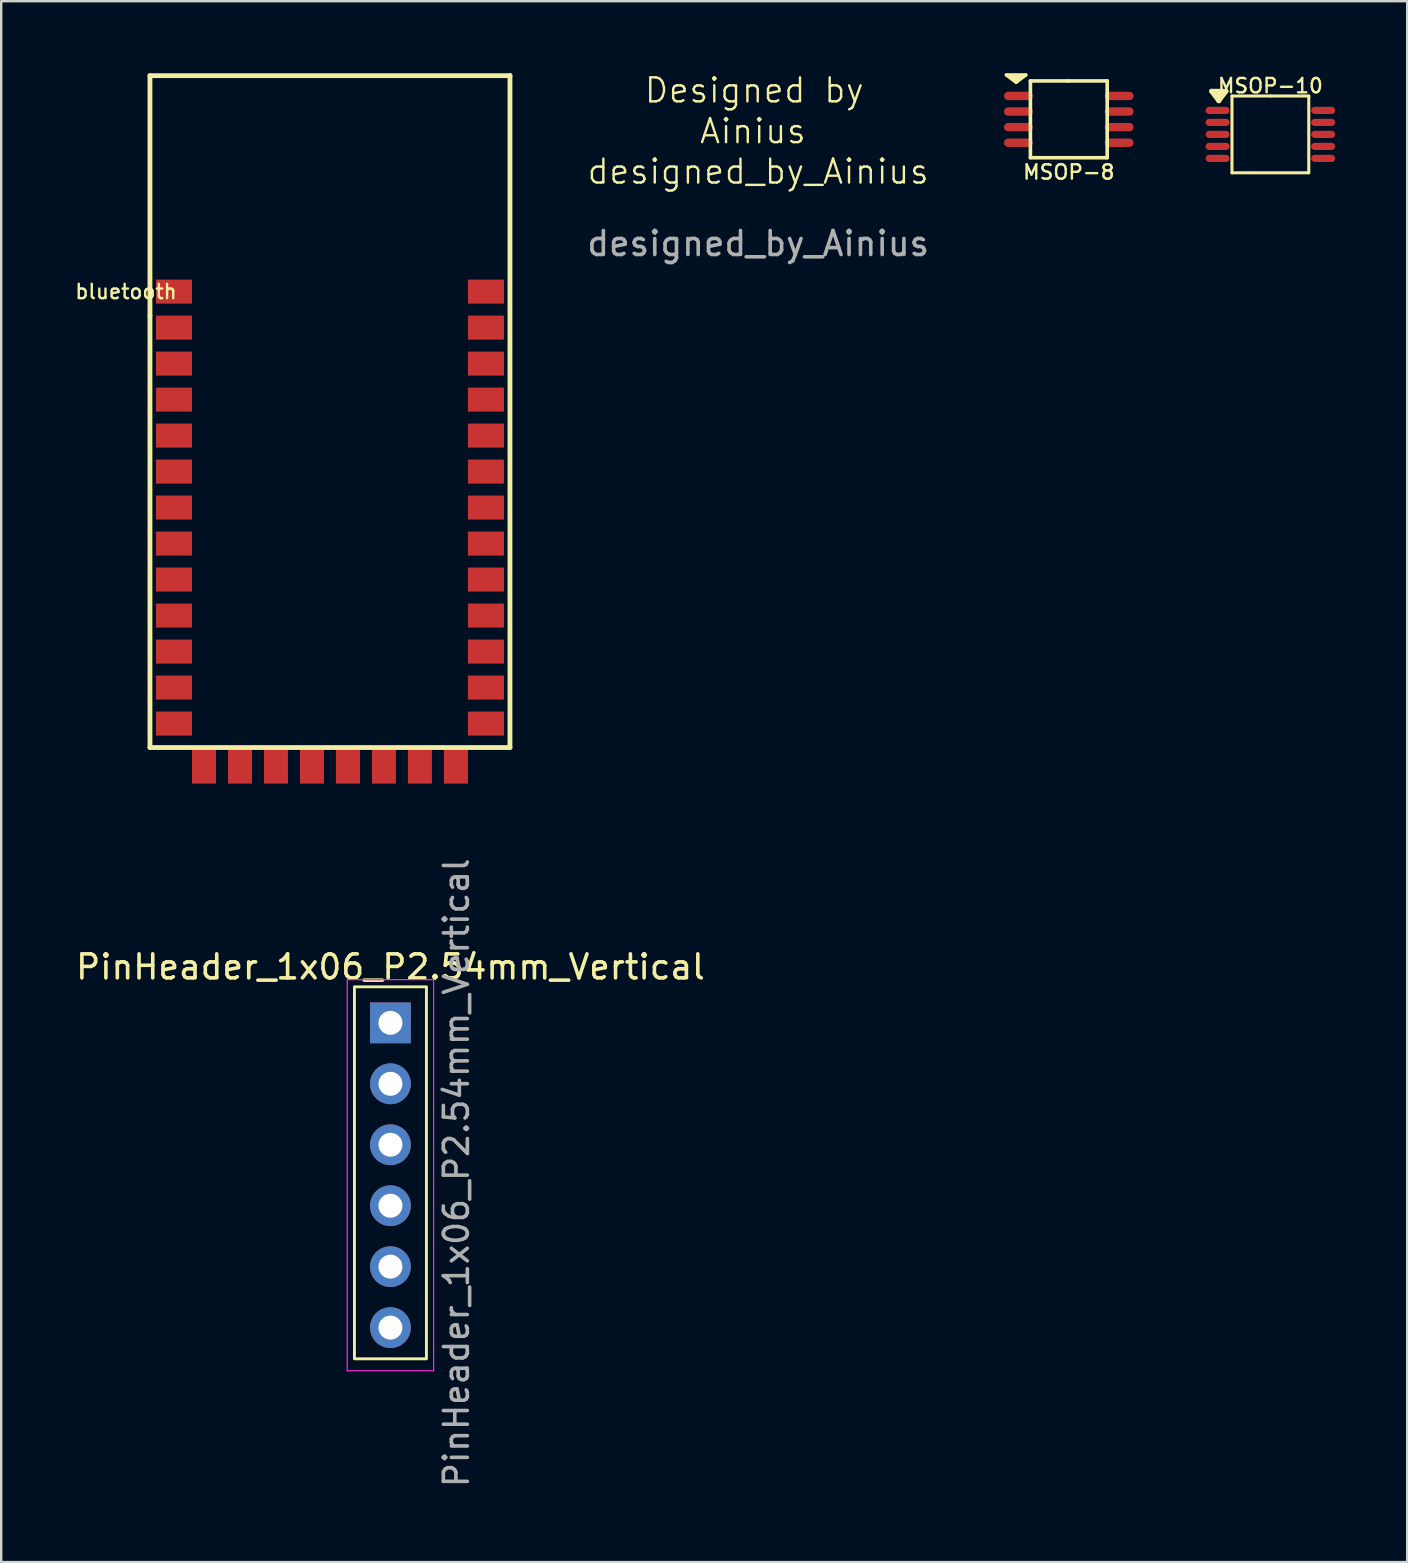
<source format=kicad_pcb>
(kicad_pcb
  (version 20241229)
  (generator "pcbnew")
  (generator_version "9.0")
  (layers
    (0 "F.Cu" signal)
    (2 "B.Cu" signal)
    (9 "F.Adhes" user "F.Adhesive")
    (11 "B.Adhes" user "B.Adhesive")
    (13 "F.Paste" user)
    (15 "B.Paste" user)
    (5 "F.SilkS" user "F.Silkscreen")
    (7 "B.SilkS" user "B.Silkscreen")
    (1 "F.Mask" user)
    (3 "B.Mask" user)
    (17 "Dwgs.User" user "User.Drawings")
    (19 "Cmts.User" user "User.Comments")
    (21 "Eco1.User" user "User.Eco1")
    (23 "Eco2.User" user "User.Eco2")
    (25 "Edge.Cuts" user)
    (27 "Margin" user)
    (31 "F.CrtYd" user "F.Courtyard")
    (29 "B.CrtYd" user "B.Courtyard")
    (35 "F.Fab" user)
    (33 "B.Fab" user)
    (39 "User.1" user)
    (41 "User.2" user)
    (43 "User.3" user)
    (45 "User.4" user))
  (footprint "bluetooth"
    (layer "F.Cu")
    (at 10.7 9.102)
    (property "Reference" "bluetooth" (at -8.499 0 0) (layer "F.SilkS") (effects (font (size 0.599 0.599) (thickness 0.099))))
    (attr through_hole)
    (fp_line (start -7.501 -8.999) (end 7.501 -8.999) (stroke (width 0.201) (type solid)) (layer "F.SilkS"))
    (fp_line (start -7.501 1.001) (end -7.501 -8.999) (stroke (width 0.201) (type solid)) (layer "F.SilkS"))
    (fp_line (start -7.501 18.999) (end -7.501 0.998) (stroke (width 0.201) (type solid)) (layer "F.SilkS"))
    (fp_line (start 7.501 -9.002) (end 7.501 18.999) (stroke (width 0.201) (type solid)) (layer "F.SilkS"))
    (fp_line (start 7.501 18.999) (end -7.501 18.999) (stroke (width 0.201) (type solid)) (layer "F.SilkS"))
    (pad "1" smd rect (at -6.5 0) (size 1.501 1.001) (layers "F.Cu" "F.Mask" "F.Paste"))
    (pad "2" smd rect (at -6.5 1.501) (size 1.501 1.001) (layers "F.Cu" "F.Mask" "F.Paste"))
    (pad "3" smd rect (at -6.5 3) (size 1.501 1.001) (layers "F.Cu" "F.Mask" "F.Paste"))
    (pad "4" smd rect (at -6.5 4.501) (size 1.501 1.001) (layers "F.Cu" "F.Mask" "F.Paste"))
    (pad "5" smd rect (at -6.5 5.999) (size 1.501 1.001) (layers "F.Cu" "F.Mask" "F.Paste"))
    (pad "6" smd rect (at -6.5 7.501) (size 1.501 1.001) (layers "F.Cu" "F.Mask" "F.Paste"))
    (pad "7" smd rect (at -6.5 8.999) (size 1.501 1.001) (layers "F.Cu" "F.Mask" "F.Paste"))
    (pad "8" smd rect (at -6.5 10.5) (size 1.501 1.001) (layers "F.Cu" "F.Mask" "F.Paste"))
    (pad "9" smd rect (at -6.5 11.999) (size 1.501 1.001) (layers "F.Cu" "F.Mask" "F.Paste"))
    (pad "10" smd rect (at -6.5 13.5) (size 1.501 1.001) (layers "F.Cu" "F.Mask" "F.Paste"))
    (pad "11" smd rect (at -6.5 15.001) (size 1.501 1.001) (layers "F.Cu" "F.Mask" "F.Paste"))
    (pad "12" smd rect (at -6.5 16.5) (size 1.501 1.001) (layers "F.Cu" "F.Mask" "F.Paste"))
    (pad "13" smd rect (at -6.5 18.001) (size 1.501 1.001) (layers "F.Cu" "F.Mask" "F.Paste"))
    (pad "14" smd rect (at -5.25 19.751) (size 1.001 1.501) (layers "F.Cu" "F.Mask" "F.Paste"))
    (pad "15" smd rect (at -3.749 19.751) (size 1.001 1.501) (layers "F.Cu" "F.Mask" "F.Paste"))
    (pad "16" smd rect (at -2.25 19.751) (size 1.001 1.501) (layers "F.Cu" "F.Mask" "F.Paste"))
    (pad "17" smd rect (at -0.749 19.751) (size 1.001 1.501) (layers "F.Cu" "F.Mask" "F.Paste"))
    (pad "18" smd rect (at 0.749 19.751) (size 1.001 1.501) (layers "F.Cu" "F.Mask" "F.Paste"))
    (pad "19" smd rect (at 2.25 19.751) (size 1.001 1.501) (layers "F.Cu" "F.Mask" "F.Paste"))
    (pad "20" smd rect (at 3.749 19.751) (size 1.001 1.501) (layers "F.Cu" "F.Mask" "F.Paste"))
    (pad "21" smd rect (at 5.25 19.751) (size 1.001 1.501) (layers "F.Cu" "F.Mask" "F.Paste"))
    (pad "22" smd rect (at 6.5 18.001) (size 1.501 1.001) (layers "F.Cu" "F.Mask" "F.Paste"))
    (pad "23" smd rect (at 6.5 16.5) (size 1.501 1.001) (layers "F.Cu" "F.Mask" "F.Paste"))
    (pad "24" smd rect (at 6.5 15.001) (size 1.501 1.001) (layers "F.Cu" "F.Mask" "F.Paste"))
    (pad "25" smd rect (at 6.5 13.5) (size 1.501 1.001) (layers "F.Cu" "F.Mask" "F.Paste"))
    (pad "26" smd rect (at 6.5 11.999) (size 1.501 1.001) (layers "F.Cu" "F.Mask" "F.Paste"))
    (pad "27" smd rect (at 6.5 10.5) (size 1.501 1.001) (layers "F.Cu" "F.Mask" "F.Paste"))
    (pad "28" smd rect (at 6.5 8.999) (size 1.501 1.001) (layers "F.Cu" "F.Mask" "F.Paste"))
    (pad "29" smd rect (at 6.5 7.501) (size 1.501 1.001) (layers "F.Cu" "F.Mask" "F.Paste"))
    (pad "30" smd rect (at 6.5 5.999) (size 1.501 1.001) (layers "F.Cu" "F.Mask" "F.Paste"))
    (pad "31" smd rect (at 6.5 4.501) (size 1.501 1.001) (layers "F.Cu" "F.Mask" "F.Paste"))
    (pad "32" smd rect (at 6.5 3) (size 1.501 1.001) (layers "F.Cu" "F.Mask" "F.Paste"))
    (pad "33" smd rect (at 6.5 1.501) (size 1.501 1.001) (layers "F.Cu" "F.Mask" "F.Paste"))
    (pad "34" smd rect (at 6.5 0) (size 1.501 1.001) (layers "F.Cu" "F.Mask" "F.Paste")))
  (footprint "designed_by_Ainius"
    (layer "F.Cu")
    (at 28.545 4.6)
    (property "Reference" "designed_by_Ainius" (at 0 -0.5 0) (unlocked yes) (layer "F.SilkS") (effects (font (size 1 1) (thickness 0.1))))
    (attr smd)
    (fp_text user "Designed by" (at -4.8 -3.3 0) (unlocked yes) (layer "F.SilkS") (effects (font (size 1 1) (thickness 0.1)) (justify left bottom)))
    (fp_text user "Ainius" (at -2.5 -1.6 0) (unlocked yes) (layer "F.SilkS") (effects (font (size 1 1) (thickness 0.1)) (justify left bottom)))
    (fp_text user "${REFERENCE}" (at 0 2.5 0) (unlocked yes) (layer "F.Fab") (effects (font (size 1 1) (thickness 0.15)))))
  (footprint "MSOP-10"
    (layer "F.Cu")
    (at 49.889 2.551)
    (property "Reference" "MSOP-10" (at 0 -2.027 0) (layer "F.SilkS") (effects (font (size 0.599 0.599) (thickness 0.099))))
    (attr smd)
    (fp_line (start -2.451 -1.801) (end -2.149 -1.4) (stroke (width 0.201) (type solid)) (layer "F.SilkS"))
    (fp_line (start -2.149 -1.699) (end -2.149 -1.6) (stroke (width 0.201) (type solid)) (layer "F.SilkS"))
    (fp_line (start -2.149 -1.4) (end -1.849 -1.801) (stroke (width 0.201) (type solid)) (layer "F.SilkS"))
    (fp_line (start -1.849 -1.801) (end -2.451 -1.801) (stroke (width 0.201) (type solid)) (layer "F.SilkS"))
    (fp_line (start -1.6 -1.6) (end -1.6 1.6) (stroke (width 0.127) (type solid)) (layer "F.SilkS"))
    (fp_line (start -1.6 1.6) (end 1.6 1.6) (stroke (width 0.127) (type solid)) (layer "F.SilkS"))
    (fp_line (start 0 -1.6) (end -1.6 -1.6) (stroke (width 0.127) (type solid)) (layer "F.SilkS"))
    (fp_line (start 1.6 -1.6) (end 0 -1.6) (stroke (width 0.127) (type solid)) (layer "F.SilkS"))
    (fp_line (start 1.6 1.6) (end 1.6 -1.6) (stroke (width 0.127) (type solid)) (layer "F.SilkS"))
    (pad "1" smd oval (at -2.2 -1 270) (size 0.3 1) (layers "F.Cu" "F.Mask" "F.Paste"))
    (pad "2" smd oval (at -2.2 -0.5 270) (size 0.3 1) (layers "F.Cu" "F.Mask" "F.Paste"))
    (pad "3" smd oval (at -2.2 0 270) (size 0.3 1) (layers "F.Cu" "F.Mask" "F.Paste"))
    (pad "4" smd oval (at -2.2 0.5 270) (size 0.3 1) (layers "F.Cu" "F.Mask" "F.Paste"))
    (pad "5" smd oval (at -2.2 1 270) (size 0.3 1) (layers "F.Cu" "F.Mask" "F.Paste"))
    (pad "6" smd oval (at 2.2 1 270) (size 0.3 1) (layers "F.Cu" "F.Mask" "F.Paste"))
    (pad "7" smd oval (at 2.2 0.5 270) (size 0.3 1) (layers "F.Cu" "F.Mask" "F.Paste"))
    (pad "8" smd oval (at 2.2 0 270) (size 0.3 1) (layers "F.Cu" "F.Mask" "F.Paste"))
    (pad "9" smd oval (at 2.2 -0.5 270) (size 0.3 1) (layers "F.Cu" "F.Mask" "F.Paste"))
    (pad "10" smd oval (at 2.2 -1 270) (size 0.3 1) (layers "F.Cu" "F.Mask" "F.Paste")))
  (footprint "PinHeader_1x06_P2.54mm_Vertical"
    (layer "F.Cu")
    (at 13.22 45.924)
    (property "Reference" "PinHeader_1x06_P2.54mm_Vertical" (at 0 -8.68 0) (layer "F.SilkS") (effects (font (size 1 1) (thickness 0.15))))
    (attr through_hole)
    (fp_rect (start -1.5 -7.85) (end 1.5 7.65) (stroke (width 0.12) (type default)) (fill no) (layer "F.SilkS"))
    (fp_line (start -1.8 -8.15) (end -1.8 8.15) (stroke (width 0.05) (type solid)) (layer "F.CrtYd"))
    (fp_line (start -1.8 8.15) (end 1.8 8.15) (stroke (width 0.05) (type solid)) (layer "F.CrtYd"))
    (fp_line (start 1.8 -8.15) (end -1.8 -8.15) (stroke (width 0.05) (type solid)) (layer "F.CrtYd"))
    (fp_line (start 1.8 8.15) (end 1.8 -8.15) (stroke (width 0.05) (type solid)) (layer "F.CrtYd"))
    (fp_text user "${REFERENCE}" (at 2.75 -0.1 90) (layer "F.Fab") (effects (font (size 1 1) (thickness 0.15))))
    (pad "1" thru_hole rect (at 0 -6.35) (size 1.7 1.7) (drill 1) (layers "*.Cu" "*.Mask"))
    (pad "2" thru_hole oval (at 0 -3.81) (size 1.7 1.7) (drill 1) (layers "*.Cu" "*.Mask"))
    (pad "3" thru_hole oval (at 0 -1.27) (size 1.7 1.7) (drill 1) (layers "*.Cu" "*.Mask"))
    (pad "4" thru_hole oval (at 0 1.27) (size 1.7 1.7) (drill 1) (layers "*.Cu" "*.Mask"))
    (pad "5" thru_hole oval (at 0 3.81) (size 1.7 1.7) (drill 1) (layers "*.Cu" "*.Mask"))
    (pad "6" thru_hole oval (at 0 6.35) (size 1.7 1.7) (drill 1) (layers "*.Cu" "*.Mask")))
  (footprint "MSOP-8"
    (layer "F.Cu")
    (at 41.489 1.922)
    (property "Reference" "MSOP-8" (at 0 2.2 0) (layer "F.SilkS") (effects (font (size 0.6 0.6) (thickness 0.1))))
    (attr smd)
    (fp_line (start -2.596 -1.847) (end -2.195 -1.547) (stroke (width 0.15) (type solid)) (layer "F.SilkS"))
    (fp_line (start -2.195 -1.547) (end -1.796 -1.847) (stroke (width 0.15) (type solid)) (layer "F.SilkS"))
    (fp_line (start -2.146 -1.646) (end -2.245 -1.646) (stroke (width 0.15) (type solid)) (layer "F.SilkS"))
    (fp_line (start -2.095 -1.697) (end -2.296 -1.697) (stroke (width 0.15) (type solid)) (layer "F.SilkS"))
    (fp_line (start -2.045 -1.745) (end -2.347 -1.745) (stroke (width 0.15) (type solid)) (layer "F.SilkS"))
    (fp_line (start -1.946 -1.796) (end -2.395 -1.796) (stroke (width 0.15) (type solid)) (layer "F.SilkS"))
    (fp_line (start -1.796 -1.847) (end -2.596 -1.847) (stroke (width 0.15) (type solid)) (layer "F.SilkS"))
    (fp_line (start -1.6 -1.6) (end -1.6 1.6) (stroke (width 0.15) (type solid)) (layer "F.SilkS"))
    (fp_line (start -1.6 1.6) (end 1.6 1.6) (stroke (width 0.15) (type solid)) (layer "F.SilkS"))
    (fp_line (start 0 -1.6) (end -1.6 -1.6) (stroke (width 0.15) (type solid)) (layer "F.SilkS"))
    (fp_line (start 1.6 -1.6) (end 0 -1.6) (stroke (width 0.15) (type solid)) (layer "F.SilkS"))
    (fp_line (start 1.6 1.6) (end 1.6 -1.6) (stroke (width 0.15) (type solid)) (layer "F.SilkS"))
    (pad "1" smd oval (at -2.1 -0.975 270) (size 0.35 1.2) (layers "F.Cu" "F.Mask" "F.Paste"))
    (pad "2" smd oval (at -2.1 -0.325 270) (size 0.35 1.2) (layers "F.Cu" "F.Mask" "F.Paste"))
    (pad "3" smd oval (at -2.1 0.325 270) (size 0.35 1.2) (layers "F.Cu" "F.Mask" "F.Paste"))
    (pad "4" smd oval (at -2.1 0.975 270) (size 0.35 1.2) (layers "F.Cu" "F.Mask" "F.Paste"))
    (pad "5" smd oval (at 2.1 0.975 270) (size 0.35 1.2) (layers "F.Cu" "F.Mask" "F.Paste"))
    (pad "6" smd oval (at 2.1 0.325 270) (size 0.35 1.2) (layers "F.Cu" "F.Mask" "F.Paste"))
    (pad "7" smd oval (at 2.1 -0.325 270) (size 0.35 1.2) (layers "F.Cu" "F.Mask" "F.Paste"))
    (pad "8" smd oval (at 2.1 -0.975 270) (size 0.35 1.2) (layers "F.Cu" "F.Mask" "F.Paste")))
  (gr_rect
    (start -3 -3)
    (end 55.589 62.044)
    (stroke (width 0.1) (type default))
    (fill no)
    (layer "Edge.Cuts")))
</source>
